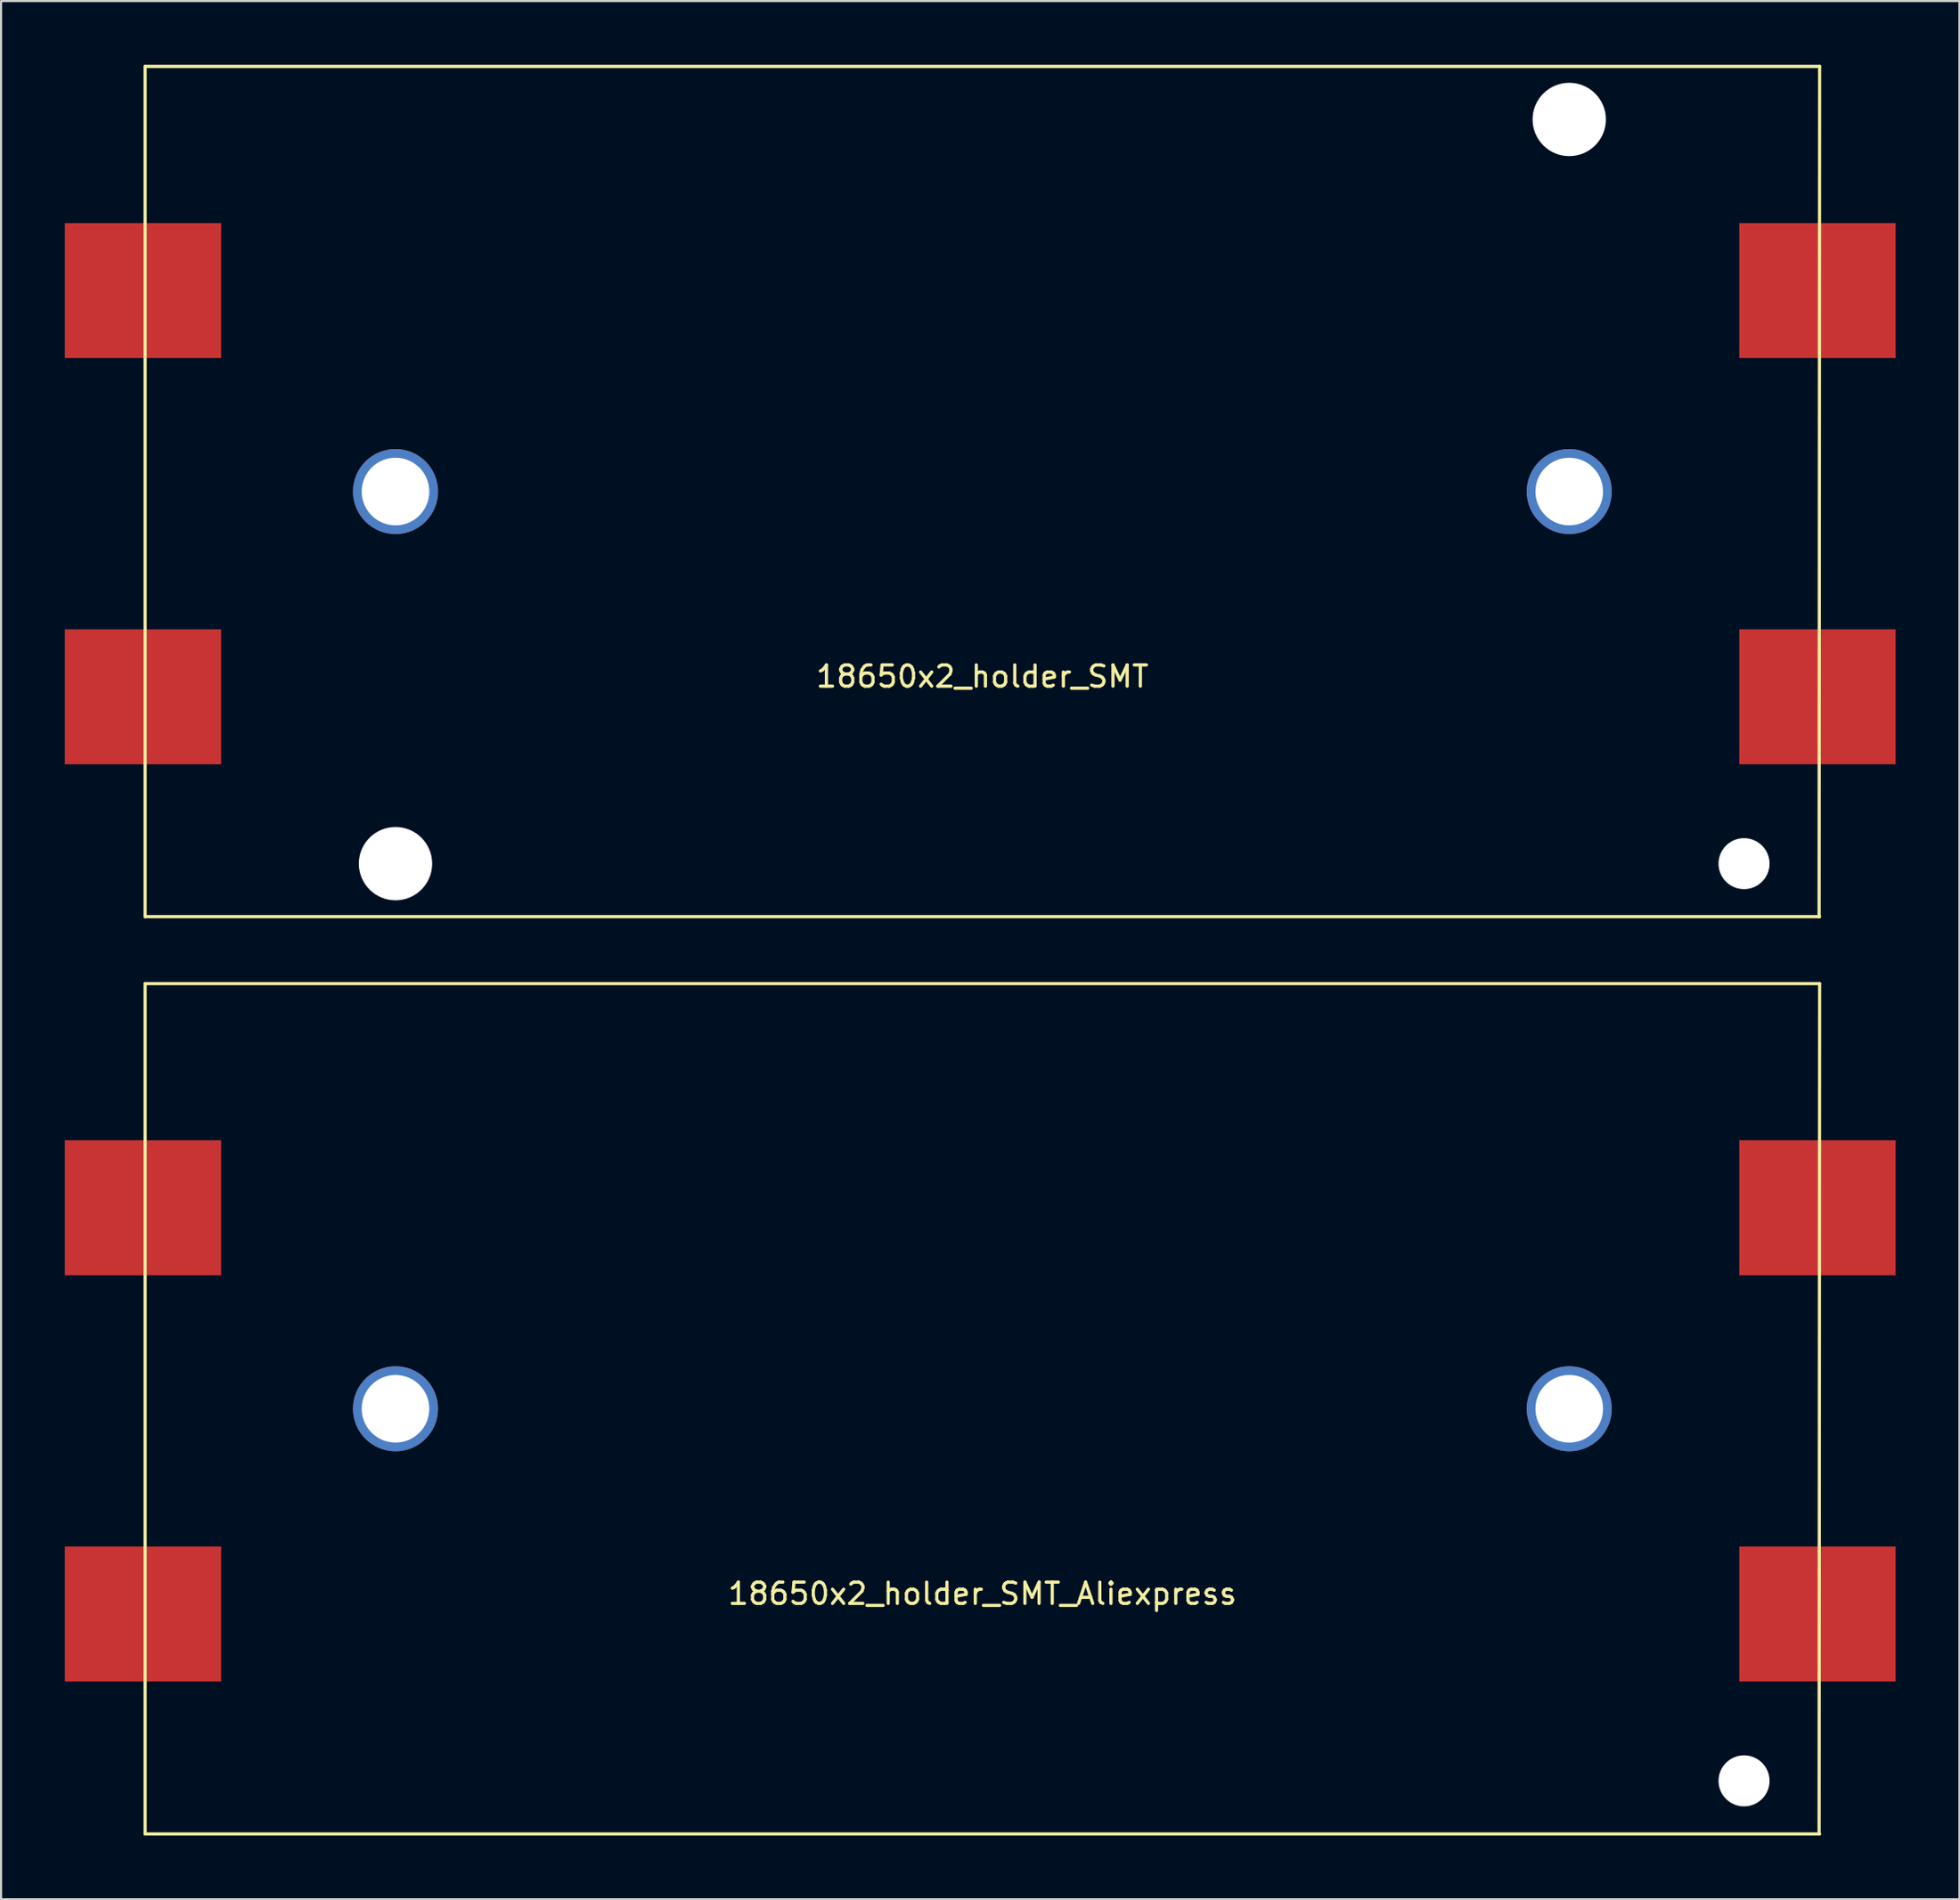
<source format=kicad_pcb>
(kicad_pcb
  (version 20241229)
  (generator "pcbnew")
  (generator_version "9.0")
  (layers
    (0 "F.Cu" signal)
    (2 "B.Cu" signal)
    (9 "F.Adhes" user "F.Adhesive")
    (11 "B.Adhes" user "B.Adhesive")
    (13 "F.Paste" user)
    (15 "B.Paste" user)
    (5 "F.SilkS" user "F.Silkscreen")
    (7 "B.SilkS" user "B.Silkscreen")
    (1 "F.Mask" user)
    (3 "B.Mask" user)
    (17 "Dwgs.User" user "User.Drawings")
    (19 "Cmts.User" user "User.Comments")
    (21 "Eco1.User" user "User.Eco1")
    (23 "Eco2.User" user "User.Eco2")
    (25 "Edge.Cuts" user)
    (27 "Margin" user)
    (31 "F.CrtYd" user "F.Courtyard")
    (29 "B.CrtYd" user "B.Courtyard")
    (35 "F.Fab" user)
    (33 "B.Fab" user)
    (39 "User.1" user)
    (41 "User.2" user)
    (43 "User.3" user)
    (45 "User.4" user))
  (footprint "18650x2_holder_SMT"
    (layer "F.Cu")
    (at 43.15 20.075)
    (property "Reference" "18650x2_holder_SMT" (at 0 8.7 0) (layer "F.SilkS") (effects (font (size 1 1) (thickness 0.15))))
    (attr through_hole)
    (fp_line (start -39.375 -20) (end -39.375 20) (stroke (width 0.15) (type solid)) (layer "F.SilkS"))
    (fp_line (start -39.375 -20) (end 39.375 -20) (stroke (width 0.15) (type solid)) (layer "F.SilkS"))
    (fp_line (start -39.375 20) (end 39.375 20) (stroke (width 0.15) (type solid)) (layer "F.SilkS"))
    (fp_line (start 39.375 -20) (end 39.35 20) (stroke (width 0.15) (type solid)) (layer "F.SilkS"))
    (pad "" np_thru_hole circle (at -27.6 0) (size 4 4) (drill 3.18) (layers "*.Cu" "*.Mask"))
    (pad "" np_thru_hole circle (at -27.6 17.505) (size 3.45 3.45) (drill 3.45) (layers "*.Cu" "*.Mask"))
    (pad "" np_thru_hole circle (at 27.6 -17.505) (size 3.45 3.45) (drill 3.45) (layers "*.Cu" "*.Mask"))
    (pad "" np_thru_hole circle (at 27.6 0) (size 4 4) (drill 3.18) (layers "*.Cu" "*.Mask"))
    (pad "" np_thru_hole circle (at 35.82 17.505) (size 2.4 2.4) (drill 2.4) (layers "*.Cu" "*.Mask"))
    (pad "1" smd rect (at -39.475 -9.455) (size 7.35 6.35) (layers "F.Cu" "F.Mask" "F.Paste"))
    (pad "2" smd rect (at -39.475 9.655) (size 7.35 6.35) (layers "F.Cu" "F.Mask" "F.Paste"))
    (pad "3" smd rect (at 39.275 -9.455) (size 7.35 6.35) (layers "F.Cu" "F.Mask" "F.Paste"))
    (pad "4" smd rect (at 39.275 9.655) (size 7.35 6.35) (layers "F.Cu" "F.Mask" "F.Paste")))
  (footprint "18650x2_holder_SMT_Aliexpress"
    (layer "F.Cu")
    (at 43.15 63.225)
    (property "Reference" "18650x2_holder_SMT_Aliexpress" (at 0 8.7 0) (layer "F.SilkS") (effects (font (size 1 1) (thickness 0.15))))
    (attr through_hole)
    (fp_line (start -39.375 -20) (end -39.375 20) (stroke (width 0.15) (type solid)) (layer "F.SilkS"))
    (fp_line (start -39.375 -20) (end 39.375 -20) (stroke (width 0.15) (type solid)) (layer "F.SilkS"))
    (fp_line (start -39.375 20) (end 39.375 20) (stroke (width 0.15) (type solid)) (layer "F.SilkS"))
    (fp_line (start 39.375 -20) (end 39.35 20) (stroke (width 0.15) (type solid)) (layer "F.SilkS"))
    (pad "" np_thru_hole circle (at -27.6 0) (size 4 4) (drill 3.18) (layers "*.Cu" "*.Mask"))
    (pad "" np_thru_hole circle (at 27.6 0) (size 4 4) (drill 3.18) (layers "*.Cu" "*.Mask"))
    (pad "" np_thru_hole circle (at 35.82 17.505) (size 2.4 2.4) (drill 2.4) (layers "*.Cu" "*.Mask"))
    (pad "1" smd rect (at -39.475 -9.455) (size 7.35 6.35) (layers "F.Cu" "F.Mask" "F.Paste"))
    (pad "2" smd rect (at -39.475 9.655) (size 7.35 6.35) (layers "F.Cu" "F.Mask" "F.Paste"))
    (pad "3" smd rect (at 39.275 -9.455) (size 7.35 6.35) (layers "F.Cu" "F.Mask" "F.Paste"))
    (pad "4" smd rect (at 39.275 9.655) (size 7.35 6.35) (layers "F.Cu" "F.Mask" "F.Paste")))
  (gr_rect
    (start -3 -3)
    (end 89.1 86.3)
    (stroke (width 0.1) (type default))
    (fill no)
    (layer "Edge.Cuts")))
</source>
